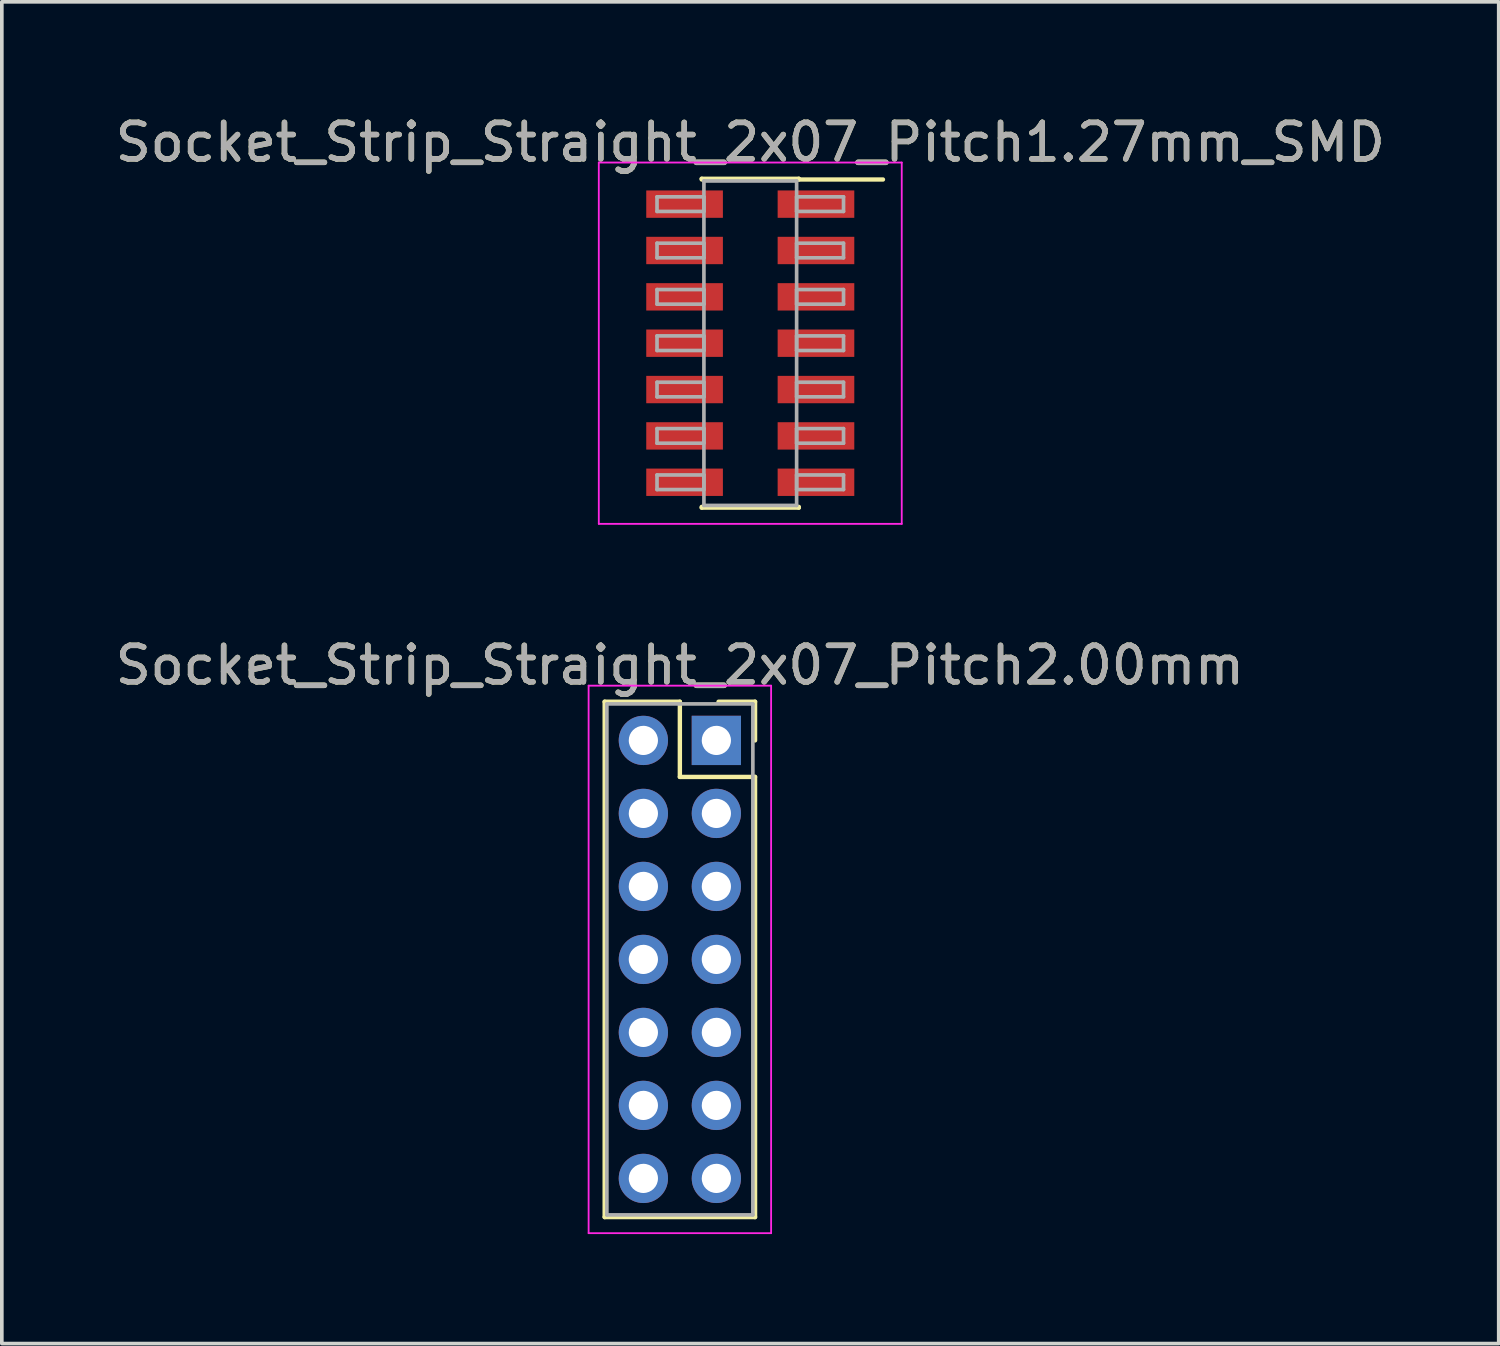
<source format=kicad_pcb>
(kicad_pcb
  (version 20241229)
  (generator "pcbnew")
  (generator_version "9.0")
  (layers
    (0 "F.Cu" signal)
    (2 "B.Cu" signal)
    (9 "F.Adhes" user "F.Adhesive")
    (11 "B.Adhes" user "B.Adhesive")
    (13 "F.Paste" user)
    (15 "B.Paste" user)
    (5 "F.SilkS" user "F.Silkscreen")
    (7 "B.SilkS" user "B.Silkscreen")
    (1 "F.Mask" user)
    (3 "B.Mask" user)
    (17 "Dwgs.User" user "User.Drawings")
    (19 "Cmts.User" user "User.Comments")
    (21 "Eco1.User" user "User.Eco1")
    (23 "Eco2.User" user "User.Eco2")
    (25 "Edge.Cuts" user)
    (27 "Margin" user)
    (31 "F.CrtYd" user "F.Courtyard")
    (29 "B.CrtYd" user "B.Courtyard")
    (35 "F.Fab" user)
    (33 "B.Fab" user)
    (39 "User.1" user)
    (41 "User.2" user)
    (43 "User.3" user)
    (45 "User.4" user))
  (footprint "Socket_Strip_Straight_2x07_Pitch2.00mm"
    (layer "F.Cu")
    (at 16.577 17.236)
    (property "Reference" "Socket_Strip_Straight_2x07_Pitch2.00mm" (at -1 -2.06 0) (layer "F.SilkS") (effects (font (size 1 1) (thickness 0.15))))
    (attr through_hole)
    (fp_line (start -3.06 -1.06) (end -1 -1.06) (stroke (width 0.12) (type solid)) (layer "F.SilkS"))
    (fp_line (start -3.06 13.06) (end -3.06 -1.06) (stroke (width 0.12) (type solid)) (layer "F.SilkS"))
    (fp_line (start -1 -1.06) (end -1 1) (stroke (width 0.12) (type solid)) (layer "F.SilkS"))
    (fp_line (start -1 1) (end 1.06 1) (stroke (width 0.12) (type solid)) (layer "F.SilkS"))
    (fp_line (start 1.06 -1.06) (end 0.06 -1.06) (stroke (width 0.12) (type solid)) (layer "F.SilkS"))
    (fp_line (start 1.06 0) (end 1.06 -1.06) (stroke (width 0.12) (type solid)) (layer "F.SilkS"))
    (fp_line (start 1.06 1) (end 1.06 13.06) (stroke (width 0.12) (type solid)) (layer "F.SilkS"))
    (fp_line (start 1.06 13.06) (end -3.06 13.06) (stroke (width 0.12) (type solid)) (layer "F.SilkS"))
    (fp_line (start -3.5 -1.5) (end -3.5 13.5) (stroke (width 0.05) (type solid)) (layer "F.CrtYd"))
    (fp_line (start -3.5 13.5) (end 1.5 13.5) (stroke (width 0.05) (type solid)) (layer "F.CrtYd"))
    (fp_line (start 1.5 -1.5) (end -3.5 -1.5) (stroke (width 0.05) (type solid)) (layer "F.CrtYd"))
    (fp_line (start 1.5 13.5) (end 1.5 -1.5) (stroke (width 0.05) (type solid)) (layer "F.CrtYd"))
    (fp_line (start -3 -1) (end -3 13) (stroke (width 0.1) (type solid)) (layer "F.Fab"))
    (fp_line (start -3 13) (end 1 13) (stroke (width 0.1) (type solid)) (layer "F.Fab"))
    (fp_line (start 1 -1) (end -3 -1) (stroke (width 0.1) (type solid)) (layer "F.Fab"))
    (fp_line (start 1 13) (end 1 -1) (stroke (width 0.1) (type solid)) (layer "F.Fab"))
    (fp_text user "${REFERENCE}" (at -1 -2.06 0) (layer "F.Fab") (effects (font (size 1 1) (thickness 0.15))))
    (pad "1" thru_hole rect (at 0 0) (size 1.35 1.35) (drill 0.8) (layers "*.Cu" "*.Mask"))
    (pad "2" thru_hole oval (at -2 0) (size 1.35 1.35) (drill 0.8) (layers "*.Cu" "*.Mask"))
    (pad "3" thru_hole oval (at 0 2) (size 1.35 1.35) (drill 0.8) (layers "*.Cu" "*.Mask"))
    (pad "4" thru_hole oval (at -2 2) (size 1.35 1.35) (drill 0.8) (layers "*.Cu" "*.Mask"))
    (pad "5" thru_hole oval (at 0 4) (size 1.35 1.35) (drill 0.8) (layers "*.Cu" "*.Mask"))
    (pad "6" thru_hole oval (at -2 4) (size 1.35 1.35) (drill 0.8) (layers "*.Cu" "*.Mask"))
    (pad "7" thru_hole oval (at 0 6) (size 1.35 1.35) (drill 0.8) (layers "*.Cu" "*.Mask"))
    (pad "8" thru_hole oval (at -2 6) (size 1.35 1.35) (drill 0.8) (layers "*.Cu" "*.Mask"))
    (pad "9" thru_hole oval (at 0 8) (size 1.35 1.35) (drill 0.8) (layers "*.Cu" "*.Mask"))
    (pad "10" thru_hole oval (at -2 8) (size 1.35 1.35) (drill 0.8) (layers "*.Cu" "*.Mask"))
    (pad "11" thru_hole oval (at 0 10) (size 1.35 1.35) (drill 0.8) (layers "*.Cu" "*.Mask"))
    (pad "12" thru_hole oval (at -2 10) (size 1.35 1.35) (drill 0.8) (layers "*.Cu" "*.Mask"))
    (pad "13" thru_hole oval (at 0 12) (size 1.35 1.35) (drill 0.8) (layers "*.Cu" "*.Mask"))
    (pad "14" thru_hole oval (at -2 12) (size 1.35 1.35) (drill 0.8) (layers "*.Cu" "*.Mask")))
  (footprint "Socket_Strip_Straight_2x07_Pitch1.27mm_SMD"
    (layer "F.Cu")
    (at 17.506 6.353)
    (property "Reference" "Socket_Strip_Straight_2x07_Pitch1.27mm_SMD" (at 0 -5.505 0) (layer "F.SilkS") (effects (font (size 1 1) (thickness 0.15))))
    (attr smd)
    (fp_line (start -1.33 -4.505) (end 1.33 -4.505) (stroke (width 0.12) (type solid)) (layer "F.SilkS"))
    (fp_line (start -1.33 -4.485) (end -1.33 -4.505) (stroke (width 0.12) (type solid)) (layer "F.SilkS"))
    (fp_line (start -1.33 4.485) (end -1.33 4.505) (stroke (width 0.12) (type solid)) (layer "F.SilkS"))
    (fp_line (start -1.33 4.505) (end 1.33 4.505) (stroke (width 0.12) (type solid)) (layer "F.SilkS"))
    (fp_line (start 1.33 -4.505) (end 1.33 -4.485) (stroke (width 0.12) (type solid)) (layer "F.SilkS"))
    (fp_line (start 1.33 4.505) (end 1.33 4.485) (stroke (width 0.12) (type solid)) (layer "F.SilkS"))
    (fp_line (start 3.635 -4.485) (end 1.33 -4.485) (stroke (width 0.12) (type solid)) (layer "F.SilkS"))
    (fp_line (start -4.15 -4.95) (end -4.15 4.95) (stroke (width 0.05) (type solid)) (layer "F.CrtYd"))
    (fp_line (start -4.15 4.95) (end 4.15 4.95) (stroke (width 0.05) (type solid)) (layer "F.CrtYd"))
    (fp_line (start 4.15 -4.95) (end -4.15 -4.95) (stroke (width 0.05) (type solid)) (layer "F.CrtYd"))
    (fp_line (start 4.15 4.95) (end 4.15 -4.95) (stroke (width 0.05) (type solid)) (layer "F.CrtYd"))
    (fp_line (start -2.555 -4.01) (end -1.27 -4.01) (stroke (width 0.1) (type solid)) (layer "F.Fab"))
    (fp_line (start -2.555 -3.61) (end -2.555 -4.01) (stroke (width 0.1) (type solid)) (layer "F.Fab"))
    (fp_line (start -2.555 -2.74) (end -1.27 -2.74) (stroke (width 0.1) (type solid)) (layer "F.Fab"))
    (fp_line (start -2.555 -2.34) (end -2.555 -2.74) (stroke (width 0.1) (type solid)) (layer "F.Fab"))
    (fp_line (start -2.555 -1.47) (end -1.27 -1.47) (stroke (width 0.1) (type solid)) (layer "F.Fab"))
    (fp_line (start -2.555 -1.07) (end -2.555 -1.47) (stroke (width 0.1) (type solid)) (layer "F.Fab"))
    (fp_line (start -2.555 -0.2) (end -1.27 -0.2) (stroke (width 0.1) (type solid)) (layer "F.Fab"))
    (fp_line (start -2.555 0.2) (end -2.555 -0.2) (stroke (width 0.1) (type solid)) (layer "F.Fab"))
    (fp_line (start -2.555 1.07) (end -1.27 1.07) (stroke (width 0.1) (type solid)) (layer "F.Fab"))
    (fp_line (start -2.555 1.47) (end -2.555 1.07) (stroke (width 0.1) (type solid)) (layer "F.Fab"))
    (fp_line (start -2.555 2.34) (end -1.27 2.34) (stroke (width 0.1) (type solid)) (layer "F.Fab"))
    (fp_line (start -2.555 2.74) (end -2.555 2.34) (stroke (width 0.1) (type solid)) (layer "F.Fab"))
    (fp_line (start -2.555 3.61) (end -1.27 3.61) (stroke (width 0.1) (type solid)) (layer "F.Fab"))
    (fp_line (start -2.555 4.01) (end -2.555 3.61) (stroke (width 0.1) (type solid)) (layer "F.Fab"))
    (fp_line (start -1.27 -4.445) (end -1.27 4.445) (stroke (width 0.1) (type solid)) (layer "F.Fab"))
    (fp_line (start -1.27 -4.01) (end -1.27 -3.61) (stroke (width 0.1) (type solid)) (layer "F.Fab"))
    (fp_line (start -1.27 -3.61) (end -2.555 -3.61) (stroke (width 0.1) (type solid)) (layer "F.Fab"))
    (fp_line (start -1.27 -2.74) (end -1.27 -2.34) (stroke (width 0.1) (type solid)) (layer "F.Fab"))
    (fp_line (start -1.27 -2.34) (end -2.555 -2.34) (stroke (width 0.1) (type solid)) (layer "F.Fab"))
    (fp_line (start -1.27 -1.47) (end -1.27 -1.07) (stroke (width 0.1) (type solid)) (layer "F.Fab"))
    (fp_line (start -1.27 -1.07) (end -2.555 -1.07) (stroke (width 0.1) (type solid)) (layer "F.Fab"))
    (fp_line (start -1.27 -0.2) (end -1.27 0.2) (stroke (width 0.1) (type solid)) (layer "F.Fab"))
    (fp_line (start -1.27 0.2) (end -2.555 0.2) (stroke (width 0.1) (type solid)) (layer "F.Fab"))
    (fp_line (start -1.27 1.07) (end -1.27 1.47) (stroke (width 0.1) (type solid)) (layer "F.Fab"))
    (fp_line (start -1.27 1.47) (end -2.555 1.47) (stroke (width 0.1) (type solid)) (layer "F.Fab"))
    (fp_line (start -1.27 2.34) (end -1.27 2.74) (stroke (width 0.1) (type solid)) (layer "F.Fab"))
    (fp_line (start -1.27 2.74) (end -2.555 2.74) (stroke (width 0.1) (type solid)) (layer "F.Fab"))
    (fp_line (start -1.27 3.61) (end -1.27 4.01) (stroke (width 0.1) (type solid)) (layer "F.Fab"))
    (fp_line (start -1.27 4.01) (end -2.555 4.01) (stroke (width 0.1) (type solid)) (layer "F.Fab"))
    (fp_line (start -1.27 4.445) (end 1.27 4.445) (stroke (width 0.1) (type solid)) (layer "F.Fab"))
    (fp_line (start 1.27 -4.445) (end -1.27 -4.445) (stroke (width 0.1) (type solid)) (layer "F.Fab"))
    (fp_line (start 1.27 -4.01) (end 1.27 -3.61) (stroke (width 0.1) (type solid)) (layer "F.Fab"))
    (fp_line (start 1.27 -3.61) (end 2.555 -3.61) (stroke (width 0.1) (type solid)) (layer "F.Fab"))
    (fp_line (start 1.27 -2.74) (end 1.27 -2.34) (stroke (width 0.1) (type solid)) (layer "F.Fab"))
    (fp_line (start 1.27 -2.34) (end 2.555 -2.34) (stroke (width 0.1) (type solid)) (layer "F.Fab"))
    (fp_line (start 1.27 -1.47) (end 1.27 -1.07) (stroke (width 0.1) (type solid)) (layer "F.Fab"))
    (fp_line (start 1.27 -1.07) (end 2.555 -1.07) (stroke (width 0.1) (type solid)) (layer "F.Fab"))
    (fp_line (start 1.27 -0.2) (end 1.27 0.2) (stroke (width 0.1) (type solid)) (layer "F.Fab"))
    (fp_line (start 1.27 0.2) (end 2.555 0.2) (stroke (width 0.1) (type solid)) (layer "F.Fab"))
    (fp_line (start 1.27 1.07) (end 1.27 1.47) (stroke (width 0.1) (type solid)) (layer "F.Fab"))
    (fp_line (start 1.27 1.47) (end 2.555 1.47) (stroke (width 0.1) (type solid)) (layer "F.Fab"))
    (fp_line (start 1.27 2.34) (end 1.27 2.74) (stroke (width 0.1) (type solid)) (layer "F.Fab"))
    (fp_line (start 1.27 2.74) (end 2.555 2.74) (stroke (width 0.1) (type solid)) (layer "F.Fab"))
    (fp_line (start 1.27 3.61) (end 1.27 4.01) (stroke (width 0.1) (type solid)) (layer "F.Fab"))
    (fp_line (start 1.27 4.01) (end 2.555 4.01) (stroke (width 0.1) (type solid)) (layer "F.Fab"))
    (fp_line (start 1.27 4.445) (end 1.27 -4.445) (stroke (width 0.1) (type solid)) (layer "F.Fab"))
    (fp_line (start 2.555 -4.01) (end 1.27 -4.01) (stroke (width 0.1) (type solid)) (layer "F.Fab"))
    (fp_line (start 2.555 -3.61) (end 2.555 -4.01) (stroke (width 0.1) (type solid)) (layer "F.Fab"))
    (fp_line (start 2.555 -2.74) (end 1.27 -2.74) (stroke (width 0.1) (type solid)) (layer "F.Fab"))
    (fp_line (start 2.555 -2.34) (end 2.555 -2.74) (stroke (width 0.1) (type solid)) (layer "F.Fab"))
    (fp_line (start 2.555 -1.47) (end 1.27 -1.47) (stroke (width 0.1) (type solid)) (layer "F.Fab"))
    (fp_line (start 2.555 -1.07) (end 2.555 -1.47) (stroke (width 0.1) (type solid)) (layer "F.Fab"))
    (fp_line (start 2.555 -0.2) (end 1.27 -0.2) (stroke (width 0.1) (type solid)) (layer "F.Fab"))
    (fp_line (start 2.555 0.2) (end 2.555 -0.2) (stroke (width 0.1) (type solid)) (layer "F.Fab"))
    (fp_line (start 2.555 1.07) (end 1.27 1.07) (stroke (width 0.1) (type solid)) (layer "F.Fab"))
    (fp_line (start 2.555 1.47) (end 2.555 1.07) (stroke (width 0.1) (type solid)) (layer "F.Fab"))
    (fp_line (start 2.555 2.34) (end 1.27 2.34) (stroke (width 0.1) (type solid)) (layer "F.Fab"))
    (fp_line (start 2.555 2.74) (end 2.555 2.34) (stroke (width 0.1) (type solid)) (layer "F.Fab"))
    (fp_line (start 2.555 3.61) (end 1.27 3.61) (stroke (width 0.1) (type solid)) (layer "F.Fab"))
    (fp_line (start 2.555 4.01) (end 2.555 3.61) (stroke (width 0.1) (type solid)) (layer "F.Fab"))
    (fp_text user "${REFERENCE}" (at 0 -5.505 0) (layer "F.Fab") (effects (font (size 1 1) (thickness 0.15))))
    (pad "1" smd rect (at 1.8 -3.81) (size 2.1 0.75) (layers "F.Cu" "F.Mask" "F.Paste"))
    (pad "2" smd rect (at -1.8 -3.81) (size 2.1 0.75) (layers "F.Cu" "F.Mask" "F.Paste"))
    (pad "3" smd rect (at 1.8 -2.54) (size 2.1 0.75) (layers "F.Cu" "F.Mask" "F.Paste"))
    (pad "4" smd rect (at -1.8 -2.54) (size 2.1 0.75) (layers "F.Cu" "F.Mask" "F.Paste"))
    (pad "5" smd rect (at 1.8 -1.27) (size 2.1 0.75) (layers "F.Cu" "F.Mask" "F.Paste"))
    (pad "6" smd rect (at -1.8 -1.27) (size 2.1 0.75) (layers "F.Cu" "F.Mask" "F.Paste"))
    (pad "7" smd rect (at 1.8 0) (size 2.1 0.75) (layers "F.Cu" "F.Mask" "F.Paste"))
    (pad "8" smd rect (at -1.8 0) (size 2.1 0.75) (layers "F.Cu" "F.Mask" "F.Paste"))
    (pad "9" smd rect (at 1.8 1.27) (size 2.1 0.75) (layers "F.Cu" "F.Mask" "F.Paste"))
    (pad "10" smd rect (at -1.8 1.27) (size 2.1 0.75) (layers "F.Cu" "F.Mask" "F.Paste"))
    (pad "11" smd rect (at 1.8 2.54) (size 2.1 0.75) (layers "F.Cu" "F.Mask" "F.Paste"))
    (pad "12" smd rect (at -1.8 2.54) (size 2.1 0.75) (layers "F.Cu" "F.Mask" "F.Paste"))
    (pad "13" smd rect (at 1.8 3.81) (size 2.1 0.75) (layers "F.Cu" "F.Mask" "F.Paste"))
    (pad "14" smd rect (at -1.8 3.81) (size 2.1 0.75) (layers "F.Cu" "F.Mask" "F.Paste")))
  (gr_rect
    (start -3 -3)
    (end 38.012 33.761)
    (stroke (width 0.1) (type default))
    (fill no)
    (layer "Edge.Cuts")))
</source>
